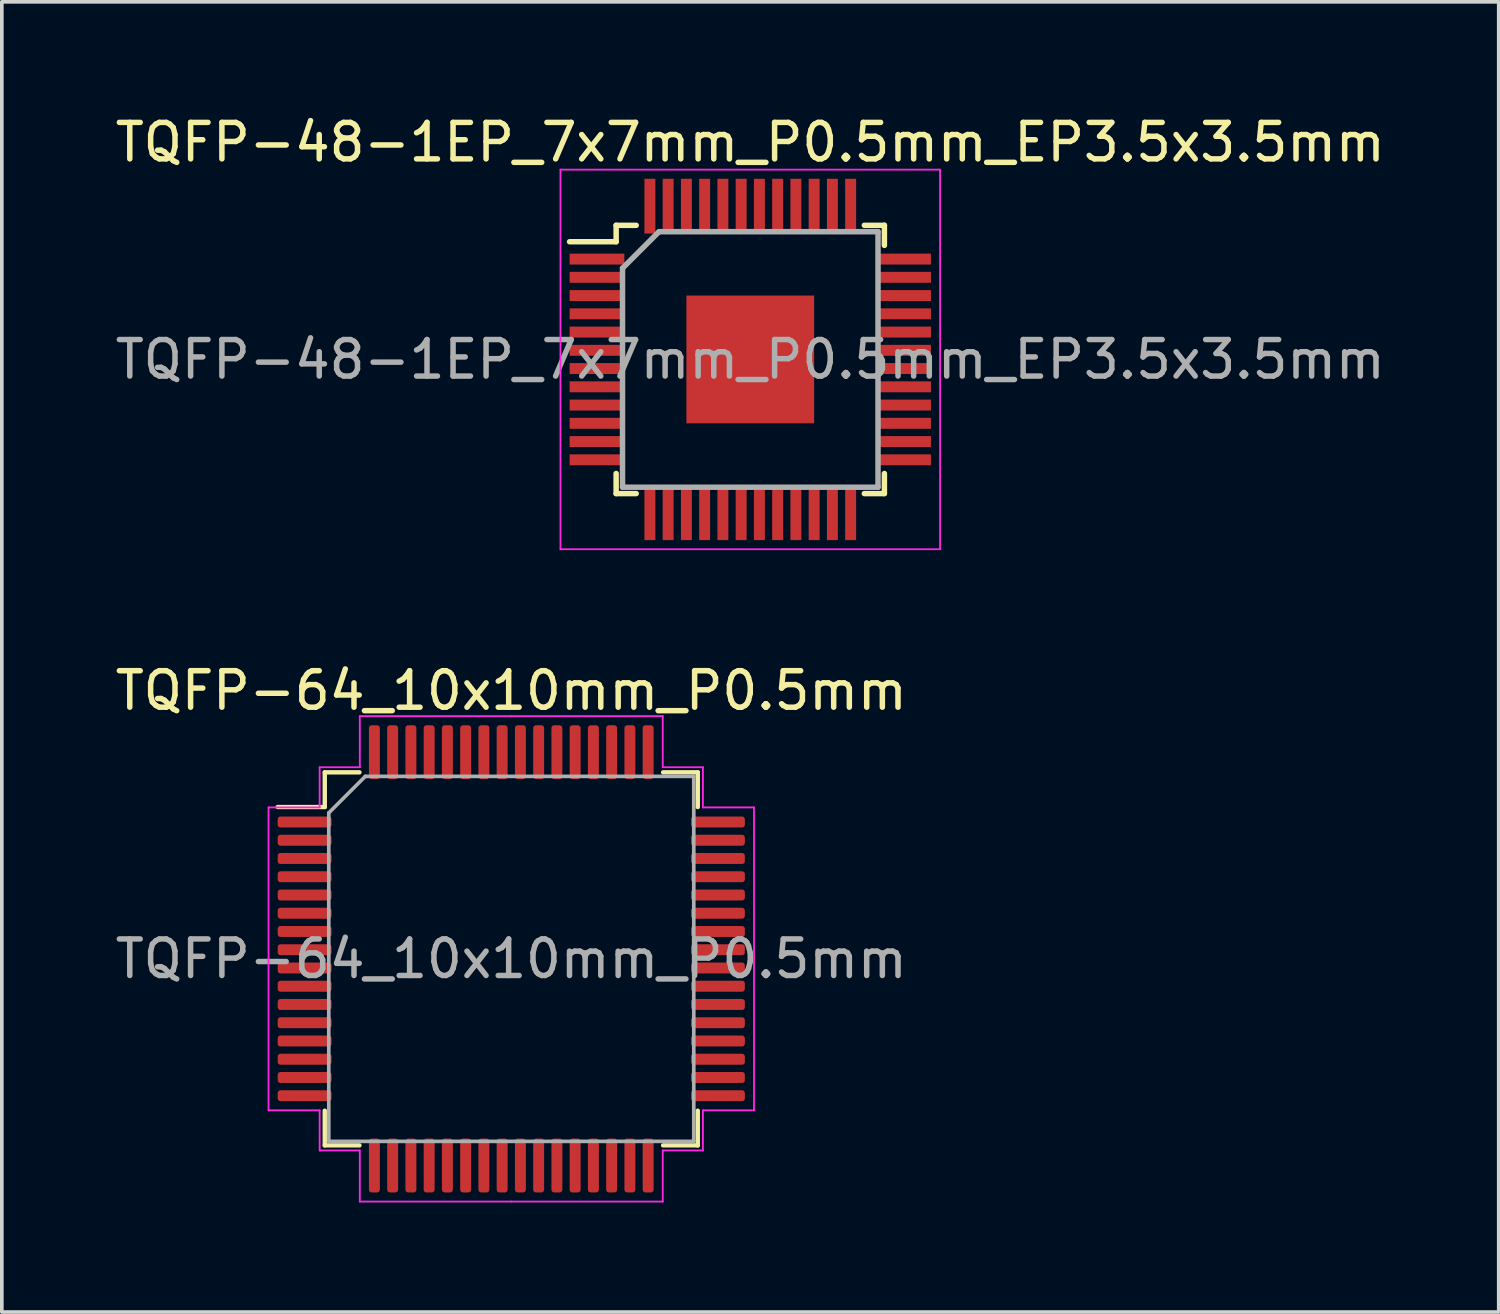
<source format=kicad_pcb>
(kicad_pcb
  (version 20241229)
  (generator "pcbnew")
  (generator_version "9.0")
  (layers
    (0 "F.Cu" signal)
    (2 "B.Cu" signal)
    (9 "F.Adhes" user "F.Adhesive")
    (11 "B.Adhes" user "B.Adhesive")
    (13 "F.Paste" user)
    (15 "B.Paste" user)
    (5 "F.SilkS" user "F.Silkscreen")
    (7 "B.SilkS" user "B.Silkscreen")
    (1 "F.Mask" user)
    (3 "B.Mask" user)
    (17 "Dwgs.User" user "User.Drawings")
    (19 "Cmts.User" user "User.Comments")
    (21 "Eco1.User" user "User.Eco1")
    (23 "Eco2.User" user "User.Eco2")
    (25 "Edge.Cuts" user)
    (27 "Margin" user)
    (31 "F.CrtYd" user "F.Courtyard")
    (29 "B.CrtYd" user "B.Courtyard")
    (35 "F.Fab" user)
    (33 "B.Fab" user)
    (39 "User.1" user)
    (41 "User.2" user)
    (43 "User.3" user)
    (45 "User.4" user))
  (footprint "TQFP-64_10x10mm_P0.5mm"
    (layer "F.Cu")
    (at 10.958 23.221)
    (property "Reference" "TQFP-64_10x10mm_P0.5mm" (at 0 -7.35 0) (layer "F.SilkS") (effects (font (size 1 1) (thickness 0.15))))
    (attr smd)
    (fp_line (start -5.11 -5.11) (end -5.11 -4.16) (stroke (width 0.12) (type solid)) (layer "F.SilkS"))
    (fp_line (start -5.11 -4.16) (end -6.4 -4.16) (stroke (width 0.12) (type solid)) (layer "F.SilkS"))
    (fp_line (start -5.11 5.11) (end -5.11 4.16) (stroke (width 0.12) (type solid)) (layer "F.SilkS"))
    (fp_line (start -4.16 -5.11) (end -5.11 -5.11) (stroke (width 0.12) (type solid)) (layer "F.SilkS"))
    (fp_line (start -4.16 5.11) (end -5.11 5.11) (stroke (width 0.12) (type solid)) (layer "F.SilkS"))
    (fp_line (start 4.16 -5.11) (end 5.11 -5.11) (stroke (width 0.12) (type solid)) (layer "F.SilkS"))
    (fp_line (start 4.16 5.11) (end 5.11 5.11) (stroke (width 0.12) (type solid)) (layer "F.SilkS"))
    (fp_line (start 5.11 -5.11) (end 5.11 -4.16) (stroke (width 0.12) (type solid)) (layer "F.SilkS"))
    (fp_line (start 5.11 5.11) (end 5.11 4.16) (stroke (width 0.12) (type solid)) (layer "F.SilkS"))
    (fp_line (start -6.65 -4.15) (end -6.65 0) (stroke (width 0.05) (type solid)) (layer "F.CrtYd"))
    (fp_line (start -6.65 4.15) (end -6.65 0) (stroke (width 0.05) (type solid)) (layer "F.CrtYd"))
    (fp_line (start -5.25 -5.25) (end -5.25 -4.15) (stroke (width 0.05) (type solid)) (layer "F.CrtYd"))
    (fp_line (start -5.25 -4.15) (end -6.65 -4.15) (stroke (width 0.05) (type solid)) (layer "F.CrtYd"))
    (fp_line (start -5.25 4.15) (end -6.65 4.15) (stroke (width 0.05) (type solid)) (layer "F.CrtYd"))
    (fp_line (start -5.25 5.25) (end -5.25 4.15) (stroke (width 0.05) (type solid)) (layer "F.CrtYd"))
    (fp_line (start -4.15 -6.65) (end -4.15 -5.25) (stroke (width 0.05) (type solid)) (layer "F.CrtYd"))
    (fp_line (start -4.15 -5.25) (end -5.25 -5.25) (stroke (width 0.05) (type solid)) (layer "F.CrtYd"))
    (fp_line (start -4.15 5.25) (end -5.25 5.25) (stroke (width 0.05) (type solid)) (layer "F.CrtYd"))
    (fp_line (start -4.15 6.65) (end -4.15 5.25) (stroke (width 0.05) (type solid)) (layer "F.CrtYd"))
    (fp_line (start 0 -6.65) (end -4.15 -6.65) (stroke (width 0.05) (type solid)) (layer "F.CrtYd"))
    (fp_line (start 0 -6.65) (end 4.15 -6.65) (stroke (width 0.05) (type solid)) (layer "F.CrtYd"))
    (fp_line (start 0 6.65) (end -4.15 6.65) (stroke (width 0.05) (type solid)) (layer "F.CrtYd"))
    (fp_line (start 0 6.65) (end 4.15 6.65) (stroke (width 0.05) (type solid)) (layer "F.CrtYd"))
    (fp_line (start 4.15 -6.65) (end 4.15 -5.25) (stroke (width 0.05) (type solid)) (layer "F.CrtYd"))
    (fp_line (start 4.15 -5.25) (end 5.25 -5.25) (stroke (width 0.05) (type solid)) (layer "F.CrtYd"))
    (fp_line (start 4.15 5.25) (end 5.25 5.25) (stroke (width 0.05) (type solid)) (layer "F.CrtYd"))
    (fp_line (start 4.15 6.65) (end 4.15 5.25) (stroke (width 0.05) (type solid)) (layer "F.CrtYd"))
    (fp_line (start 5.25 -5.25) (end 5.25 -4.15) (stroke (width 0.05) (type solid)) (layer "F.CrtYd"))
    (fp_line (start 5.25 -4.15) (end 6.65 -4.15) (stroke (width 0.05) (type solid)) (layer "F.CrtYd"))
    (fp_line (start 5.25 4.15) (end 6.65 4.15) (stroke (width 0.05) (type solid)) (layer "F.CrtYd"))
    (fp_line (start 5.25 5.25) (end 5.25 4.15) (stroke (width 0.05) (type solid)) (layer "F.CrtYd"))
    (fp_line (start 6.65 -4.15) (end 6.65 0) (stroke (width 0.05) (type solid)) (layer "F.CrtYd"))
    (fp_line (start 6.65 4.15) (end 6.65 0) (stroke (width 0.05) (type solid)) (layer "F.CrtYd"))
    (fp_line (start -5 -4) (end -4 -5) (stroke (width 0.1) (type solid)) (layer "F.Fab"))
    (fp_line (start -5 5) (end -5 -4) (stroke (width 0.1) (type solid)) (layer "F.Fab"))
    (fp_line (start -4 -5) (end 5 -5) (stroke (width 0.1) (type solid)) (layer "F.Fab"))
    (fp_line (start 5 -5) (end 5 5) (stroke (width 0.1) (type solid)) (layer "F.Fab"))
    (fp_line (start 5 5) (end -5 5) (stroke (width 0.1) (type solid)) (layer "F.Fab"))
    (fp_text user "${REFERENCE}" (at 0 0 0) (layer "F.Fab") (effects (font (size 1 1) (thickness 0.15))))
    (pad "1" smd roundrect (at -5.662 -3.75) (size 1.475 0.3) (layers "F.Cu" "F.Mask" "F.Paste") (roundrect_rratio 0.25))
    (pad "2" smd roundrect (at -5.662 -3.25) (size 1.475 0.3) (layers "F.Cu" "F.Mask" "F.Paste") (roundrect_rratio 0.25))
    (pad "3" smd roundrect (at -5.662 -2.75) (size 1.475 0.3) (layers "F.Cu" "F.Mask" "F.Paste") (roundrect_rratio 0.25))
    (pad "4" smd roundrect (at -5.662 -2.25) (size 1.475 0.3) (layers "F.Cu" "F.Mask" "F.Paste") (roundrect_rratio 0.25))
    (pad "5" smd roundrect (at -5.662 -1.75) (size 1.475 0.3) (layers "F.Cu" "F.Mask" "F.Paste") (roundrect_rratio 0.25))
    (pad "6" smd roundrect (at -5.662 -1.25) (size 1.475 0.3) (layers "F.Cu" "F.Mask" "F.Paste") (roundrect_rratio 0.25))
    (pad "7" smd roundrect (at -5.662 -0.75) (size 1.475 0.3) (layers "F.Cu" "F.Mask" "F.Paste") (roundrect_rratio 0.25))
    (pad "8" smd roundrect (at -5.662 -0.25) (size 1.475 0.3) (layers "F.Cu" "F.Mask" "F.Paste") (roundrect_rratio 0.25))
    (pad "9" smd roundrect (at -5.662 0.25) (size 1.475 0.3) (layers "F.Cu" "F.Mask" "F.Paste") (roundrect_rratio 0.25))
    (pad "10" smd roundrect (at -5.662 0.75) (size 1.475 0.3) (layers "F.Cu" "F.Mask" "F.Paste") (roundrect_rratio 0.25))
    (pad "11" smd roundrect (at -5.662 1.25) (size 1.475 0.3) (layers "F.Cu" "F.Mask" "F.Paste") (roundrect_rratio 0.25))
    (pad "12" smd roundrect (at -5.662 1.75) (size 1.475 0.3) (layers "F.Cu" "F.Mask" "F.Paste") (roundrect_rratio 0.25))
    (pad "13" smd roundrect (at -5.662 2.25) (size 1.475 0.3) (layers "F.Cu" "F.Mask" "F.Paste") (roundrect_rratio 0.25))
    (pad "14" smd roundrect (at -5.662 2.75) (size 1.475 0.3) (layers "F.Cu" "F.Mask" "F.Paste") (roundrect_rratio 0.25))
    (pad "15" smd roundrect (at -5.662 3.25) (size 1.475 0.3) (layers "F.Cu" "F.Mask" "F.Paste") (roundrect_rratio 0.25))
    (pad "16" smd roundrect (at -5.662 3.75) (size 1.475 0.3) (layers "F.Cu" "F.Mask" "F.Paste") (roundrect_rratio 0.25))
    (pad "17" smd roundrect (at -3.75 5.662) (size 0.3 1.475) (layers "F.Cu" "F.Mask" "F.Paste") (roundrect_rratio 0.25))
    (pad "18" smd roundrect (at -3.25 5.662) (size 0.3 1.475) (layers "F.Cu" "F.Mask" "F.Paste") (roundrect_rratio 0.25))
    (pad "19" smd roundrect (at -2.75 5.662) (size 0.3 1.475) (layers "F.Cu" "F.Mask" "F.Paste") (roundrect_rratio 0.25))
    (pad "20" smd roundrect (at -2.25 5.662) (size 0.3 1.475) (layers "F.Cu" "F.Mask" "F.Paste") (roundrect_rratio 0.25))
    (pad "21" smd roundrect (at -1.75 5.662) (size 0.3 1.475) (layers "F.Cu" "F.Mask" "F.Paste") (roundrect_rratio 0.25))
    (pad "22" smd roundrect (at -1.25 5.662) (size 0.3 1.475) (layers "F.Cu" "F.Mask" "F.Paste") (roundrect_rratio 0.25))
    (pad "23" smd roundrect (at -0.75 5.662) (size 0.3 1.475) (layers "F.Cu" "F.Mask" "F.Paste") (roundrect_rratio 0.25))
    (pad "24" smd roundrect (at -0.25 5.662) (size 0.3 1.475) (layers "F.Cu" "F.Mask" "F.Paste") (roundrect_rratio 0.25))
    (pad "25" smd roundrect (at 0.25 5.662) (size 0.3 1.475) (layers "F.Cu" "F.Mask" "F.Paste") (roundrect_rratio 0.25))
    (pad "26" smd roundrect (at 0.75 5.662) (size 0.3 1.475) (layers "F.Cu" "F.Mask" "F.Paste") (roundrect_rratio 0.25))
    (pad "27" smd roundrect (at 1.25 5.662) (size 0.3 1.475) (layers "F.Cu" "F.Mask" "F.Paste") (roundrect_rratio 0.25))
    (pad "28" smd roundrect (at 1.75 5.662) (size 0.3 1.475) (layers "F.Cu" "F.Mask" "F.Paste") (roundrect_rratio 0.25))
    (pad "29" smd roundrect (at 2.25 5.662) (size 0.3 1.475) (layers "F.Cu" "F.Mask" "F.Paste") (roundrect_rratio 0.25))
    (pad "30" smd roundrect (at 2.75 5.662) (size 0.3 1.475) (layers "F.Cu" "F.Mask" "F.Paste") (roundrect_rratio 0.25))
    (pad "31" smd roundrect (at 3.25 5.662) (size 0.3 1.475) (layers "F.Cu" "F.Mask" "F.Paste") (roundrect_rratio 0.25))
    (pad "32" smd roundrect (at 3.75 5.662) (size 0.3 1.475) (layers "F.Cu" "F.Mask" "F.Paste") (roundrect_rratio 0.25))
    (pad "33" smd roundrect (at 5.662 3.75) (size 1.475 0.3) (layers "F.Cu" "F.Mask" "F.Paste") (roundrect_rratio 0.25))
    (pad "34" smd roundrect (at 5.662 3.25) (size 1.475 0.3) (layers "F.Cu" "F.Mask" "F.Paste") (roundrect_rratio 0.25))
    (pad "35" smd roundrect (at 5.662 2.75) (size 1.475 0.3) (layers "F.Cu" "F.Mask" "F.Paste") (roundrect_rratio 0.25))
    (pad "36" smd roundrect (at 5.662 2.25) (size 1.475 0.3) (layers "F.Cu" "F.Mask" "F.Paste") (roundrect_rratio 0.25))
    (pad "37" smd roundrect (at 5.662 1.75) (size 1.475 0.3) (layers "F.Cu" "F.Mask" "F.Paste") (roundrect_rratio 0.25))
    (pad "38" smd roundrect (at 5.662 1.25) (size 1.475 0.3) (layers "F.Cu" "F.Mask" "F.Paste") (roundrect_rratio 0.25))
    (pad "39" smd roundrect (at 5.662 0.75) (size 1.475 0.3) (layers "F.Cu" "F.Mask" "F.Paste") (roundrect_rratio 0.25))
    (pad "40" smd roundrect (at 5.662 0.25) (size 1.475 0.3) (layers "F.Cu" "F.Mask" "F.Paste") (roundrect_rratio 0.25))
    (pad "41" smd roundrect (at 5.662 -0.25) (size 1.475 0.3) (layers "F.Cu" "F.Mask" "F.Paste") (roundrect_rratio 0.25))
    (pad "42" smd roundrect (at 5.662 -0.75) (size 1.475 0.3) (layers "F.Cu" "F.Mask" "F.Paste") (roundrect_rratio 0.25))
    (pad "43" smd roundrect (at 5.662 -1.25) (size 1.475 0.3) (layers "F.Cu" "F.Mask" "F.Paste") (roundrect_rratio 0.25))
    (pad "44" smd roundrect (at 5.662 -1.75) (size 1.475 0.3) (layers "F.Cu" "F.Mask" "F.Paste") (roundrect_rratio 0.25))
    (pad "45" smd roundrect (at 5.662 -2.25) (size 1.475 0.3) (layers "F.Cu" "F.Mask" "F.Paste") (roundrect_rratio 0.25))
    (pad "46" smd roundrect (at 5.662 -2.75) (size 1.475 0.3) (layers "F.Cu" "F.Mask" "F.Paste") (roundrect_rratio 0.25))
    (pad "47" smd roundrect (at 5.662 -3.25) (size 1.475 0.3) (layers "F.Cu" "F.Mask" "F.Paste") (roundrect_rratio 0.25))
    (pad "48" smd roundrect (at 5.662 -3.75) (size 1.475 0.3) (layers "F.Cu" "F.Mask" "F.Paste") (roundrect_rratio 0.25))
    (pad "49" smd roundrect (at 3.75 -5.662) (size 0.3 1.475) (layers "F.Cu" "F.Mask" "F.Paste") (roundrect_rratio 0.25))
    (pad "50" smd roundrect (at 3.25 -5.662) (size 0.3 1.475) (layers "F.Cu" "F.Mask" "F.Paste") (roundrect_rratio 0.25))
    (pad "51" smd roundrect (at 2.75 -5.662) (size 0.3 1.475) (layers "F.Cu" "F.Mask" "F.Paste") (roundrect_rratio 0.25))
    (pad "52" smd roundrect (at 2.25 -5.662) (size 0.3 1.475) (layers "F.Cu" "F.Mask" "F.Paste") (roundrect_rratio 0.25))
    (pad "53" smd roundrect (at 1.75 -5.662) (size 0.3 1.475) (layers "F.Cu" "F.Mask" "F.Paste") (roundrect_rratio 0.25))
    (pad "54" smd roundrect (at 1.25 -5.662) (size 0.3 1.475) (layers "F.Cu" "F.Mask" "F.Paste") (roundrect_rratio 0.25))
    (pad "55" smd roundrect (at 0.75 -5.662) (size 0.3 1.475) (layers "F.Cu" "F.Mask" "F.Paste") (roundrect_rratio 0.25))
    (pad "56" smd roundrect (at 0.25 -5.662) (size 0.3 1.475) (layers "F.Cu" "F.Mask" "F.Paste") (roundrect_rratio 0.25))
    (pad "57" smd roundrect (at -0.25 -5.662) (size 0.3 1.475) (layers "F.Cu" "F.Mask" "F.Paste") (roundrect_rratio 0.25))
    (pad "58" smd roundrect (at -0.75 -5.662) (size 0.3 1.475) (layers "F.Cu" "F.Mask" "F.Paste") (roundrect_rratio 0.25))
    (pad "59" smd roundrect (at -1.25 -5.662) (size 0.3 1.475) (layers "F.Cu" "F.Mask" "F.Paste") (roundrect_rratio 0.25))
    (pad "60" smd roundrect (at -1.75 -5.662) (size 0.3 1.475) (layers "F.Cu" "F.Mask" "F.Paste") (roundrect_rratio 0.25))
    (pad "61" smd roundrect (at -2.25 -5.662) (size 0.3 1.475) (layers "F.Cu" "F.Mask" "F.Paste") (roundrect_rratio 0.25))
    (pad "62" smd roundrect (at -2.75 -5.662) (size 0.3 1.475) (layers "F.Cu" "F.Mask" "F.Paste") (roundrect_rratio 0.25))
    (pad "63" smd roundrect (at -3.25 -5.662) (size 0.3 1.475) (layers "F.Cu" "F.Mask" "F.Paste") (roundrect_rratio 0.25))
    (pad "64" smd roundrect (at -3.75 -5.662) (size 0.3 1.475) (layers "F.Cu" "F.Mask" "F.Paste") (roundrect_rratio 0.25)))
  (footprint "TQFP-48-1EP_7x7mm_P0.5mm_EP3.5x3.5mm"
    (layer "F.Cu")
    (at 17.506 6.798)
    (property "Reference" "TQFP-48-1EP_7x7mm_P0.5mm_EP3.5x3.5mm" (at 0 -5.95 0) (layer "F.SilkS") (effects (font (size 1 1) (thickness 0.15))))
    (attr smd)
    (fp_line (start -3.675 -3.675) (end -3.675 -3.225) (stroke (width 0.15) (type solid)) (layer "F.SilkS"))
    (fp_line (start -3.675 -3.675) (end -3.125 -3.675) (stroke (width 0.15) (type solid)) (layer "F.SilkS"))
    (fp_line (start -3.675 -3.225) (end -4.95 -3.225) (stroke (width 0.15) (type solid)) (layer "F.SilkS"))
    (fp_line (start -3.675 3.675) (end -3.675 3.125) (stroke (width 0.15) (type solid)) (layer "F.SilkS"))
    (fp_line (start -3.675 3.675) (end -3.125 3.675) (stroke (width 0.15) (type solid)) (layer "F.SilkS"))
    (fp_line (start 3.675 -3.675) (end 3.125 -3.675) (stroke (width 0.15) (type solid)) (layer "F.SilkS"))
    (fp_line (start 3.675 -3.675) (end 3.675 -3.125) (stroke (width 0.15) (type solid)) (layer "F.SilkS"))
    (fp_line (start 3.675 3.675) (end 3.125 3.675) (stroke (width 0.15) (type solid)) (layer "F.SilkS"))
    (fp_line (start 3.675 3.675) (end 3.675 3.125) (stroke (width 0.15) (type solid)) (layer "F.SilkS"))
    (fp_line (start -5.2 -5.2) (end -5.2 5.2) (stroke (width 0.05) (type solid)) (layer "F.CrtYd"))
    (fp_line (start -5.2 -5.2) (end 5.2 -5.2) (stroke (width 0.05) (type solid)) (layer "F.CrtYd"))
    (fp_line (start -5.2 5.2) (end 5.2 5.2) (stroke (width 0.05) (type solid)) (layer "F.CrtYd"))
    (fp_line (start 5.2 -5.2) (end 5.2 5.2) (stroke (width 0.05) (type solid)) (layer "F.CrtYd"))
    (fp_line (start -3.5 -2.5) (end -2.5 -3.5) (stroke (width 0.15) (type solid)) (layer "F.Fab"))
    (fp_line (start -3.5 3.5) (end -3.5 -2.5) (stroke (width 0.15) (type solid)) (layer "F.Fab"))
    (fp_line (start -2.5 -3.5) (end 3.5 -3.5) (stroke (width 0.15) (type solid)) (layer "F.Fab"))
    (fp_line (start 3.5 -3.5) (end 3.5 3.5) (stroke (width 0.15) (type solid)) (layer "F.Fab"))
    (fp_line (start 3.5 3.5) (end -3.5 3.5) (stroke (width 0.15) (type solid)) (layer "F.Fab"))
    (fp_text user "${REFERENCE}" (at 0 0 0) (layer "F.Fab") (effects (font (size 1 1) (thickness 0.15))))
    (pad "" smd rect (at -0.875 -0.875) (size 1.35 1.35) (layers "F.Paste"))
    (pad "" smd rect (at -0.875 0.875) (size 1.35 1.35) (layers "F.Paste"))
    (pad "" smd rect (at 0.875 -0.875) (size 1.35 1.35) (layers "F.Paste"))
    (pad "" smd rect (at 0.875 0.875) (size 1.35 1.35) (layers "F.Paste"))
    (pad "1" smd rect (at -4.2 -2.75) (size 1.5 0.3) (layers "F.Cu" "F.Mask" "F.Paste"))
    (pad "2" smd rect (at -4.2 -2.25) (size 1.5 0.3) (layers "F.Cu" "F.Mask" "F.Paste"))
    (pad "3" smd rect (at -4.2 -1.75) (size 1.5 0.3) (layers "F.Cu" "F.Mask" "F.Paste"))
    (pad "4" smd rect (at -4.2 -1.25) (size 1.5 0.3) (layers "F.Cu" "F.Mask" "F.Paste"))
    (pad "5" smd rect (at -4.2 -0.75) (size 1.5 0.3) (layers "F.Cu" "F.Mask" "F.Paste"))
    (pad "6" smd rect (at -4.2 -0.25) (size 1.5 0.3) (layers "F.Cu" "F.Mask" "F.Paste"))
    (pad "7" smd rect (at -4.2 0.25) (size 1.5 0.3) (layers "F.Cu" "F.Mask" "F.Paste"))
    (pad "8" smd rect (at -4.2 0.75) (size 1.5 0.3) (layers "F.Cu" "F.Mask" "F.Paste"))
    (pad "9" smd rect (at -4.2 1.25) (size 1.5 0.3) (layers "F.Cu" "F.Mask" "F.Paste"))
    (pad "10" smd rect (at -4.2 1.75) (size 1.5 0.3) (layers "F.Cu" "F.Mask" "F.Paste"))
    (pad "11" smd rect (at -4.2 2.25) (size 1.5 0.3) (layers "F.Cu" "F.Mask" "F.Paste"))
    (pad "12" smd rect (at -4.2 2.75) (size 1.5 0.3) (layers "F.Cu" "F.Mask" "F.Paste"))
    (pad "13" smd rect (at -2.75 4.2 90) (size 1.5 0.3) (layers "F.Cu" "F.Mask" "F.Paste"))
    (pad "14" smd rect (at -2.25 4.2 90) (size 1.5 0.3) (layers "F.Cu" "F.Mask" "F.Paste"))
    (pad "15" smd rect (at -1.75 4.2 90) (size 1.5 0.3) (layers "F.Cu" "F.Mask" "F.Paste"))
    (pad "16" smd rect (at -1.25 4.2 90) (size 1.5 0.3) (layers "F.Cu" "F.Mask" "F.Paste"))
    (pad "17" smd rect (at -0.75 4.2 90) (size 1.5 0.3) (layers "F.Cu" "F.Mask" "F.Paste"))
    (pad "18" smd rect (at -0.25 4.2 90) (size 1.5 0.3) (layers "F.Cu" "F.Mask" "F.Paste"))
    (pad "19" smd rect (at 0.25 4.2 90) (size 1.5 0.3) (layers "F.Cu" "F.Mask" "F.Paste"))
    (pad "20" smd rect (at 0.75 4.2 90) (size 1.5 0.3) (layers "F.Cu" "F.Mask" "F.Paste"))
    (pad "21" smd rect (at 1.25 4.2 90) (size 1.5 0.3) (layers "F.Cu" "F.Mask" "F.Paste"))
    (pad "22" smd rect (at 1.75 4.2 90) (size 1.5 0.3) (layers "F.Cu" "F.Mask" "F.Paste"))
    (pad "23" smd rect (at 2.25 4.2 90) (size 1.5 0.3) (layers "F.Cu" "F.Mask" "F.Paste"))
    (pad "24" smd rect (at 2.75 4.2 90) (size 1.5 0.3) (layers "F.Cu" "F.Mask" "F.Paste"))
    (pad "25" smd rect (at 4.2 2.75) (size 1.5 0.3) (layers "F.Cu" "F.Mask" "F.Paste"))
    (pad "26" smd rect (at 4.2 2.25) (size 1.5 0.3) (layers "F.Cu" "F.Mask" "F.Paste"))
    (pad "27" smd rect (at 4.2 1.75) (size 1.5 0.3) (layers "F.Cu" "F.Mask" "F.Paste"))
    (pad "28" smd rect (at 4.2 1.25) (size 1.5 0.3) (layers "F.Cu" "F.Mask" "F.Paste"))
    (pad "29" smd rect (at 4.2 0.75) (size 1.5 0.3) (layers "F.Cu" "F.Mask" "F.Paste"))
    (pad "30" smd rect (at 4.2 0.25) (size 1.5 0.3) (layers "F.Cu" "F.Mask" "F.Paste"))
    (pad "31" smd rect (at 4.2 -0.25) (size 1.5 0.3) (layers "F.Cu" "F.Mask" "F.Paste"))
    (pad "32" smd rect (at 4.2 -0.75) (size 1.5 0.3) (layers "F.Cu" "F.Mask" "F.Paste"))
    (pad "33" smd rect (at 4.2 -1.25) (size 1.5 0.3) (layers "F.Cu" "F.Mask" "F.Paste"))
    (pad "34" smd rect (at 4.2 -1.75) (size 1.5 0.3) (layers "F.Cu" "F.Mask" "F.Paste"))
    (pad "35" smd rect (at 4.2 -2.25) (size 1.5 0.3) (layers "F.Cu" "F.Mask" "F.Paste"))
    (pad "36" smd rect (at 4.2 -2.75) (size 1.5 0.3) (layers "F.Cu" "F.Mask" "F.Paste"))
    (pad "37" smd rect (at 2.75 -4.2 90) (size 1.5 0.3) (layers "F.Cu" "F.Mask" "F.Paste"))
    (pad "38" smd rect (at 2.25 -4.2 90) (size 1.5 0.3) (layers "F.Cu" "F.Mask" "F.Paste"))
    (pad "39" smd rect (at 1.75 -4.2 90) (size 1.5 0.3) (layers "F.Cu" "F.Mask" "F.Paste"))
    (pad "40" smd rect (at 1.25 -4.2 90) (size 1.5 0.3) (layers "F.Cu" "F.Mask" "F.Paste"))
    (pad "41" smd rect (at 0.75 -4.2 90) (size 1.5 0.3) (layers "F.Cu" "F.Mask" "F.Paste"))
    (pad "42" smd rect (at 0.25 -4.2 90) (size 1.5 0.3) (layers "F.Cu" "F.Mask" "F.Paste"))
    (pad "43" smd rect (at -0.25 -4.2 90) (size 1.5 0.3) (layers "F.Cu" "F.Mask" "F.Paste"))
    (pad "44" smd rect (at -0.75 -4.2 90) (size 1.5 0.3) (layers "F.Cu" "F.Mask" "F.Paste"))
    (pad "45" smd rect (at -1.25 -4.2 90) (size 1.5 0.3) (layers "F.Cu" "F.Mask" "F.Paste"))
    (pad "46" smd rect (at -1.75 -4.2 90) (size 1.5 0.3) (layers "F.Cu" "F.Mask" "F.Paste"))
    (pad "47" smd rect (at -2.25 -4.2 90) (size 1.5 0.3) (layers "F.Cu" "F.Mask" "F.Paste"))
    (pad "48" smd rect (at -2.75 -4.2 90) (size 1.5 0.3) (layers "F.Cu" "F.Mask" "F.Paste"))
    (pad "49" smd rect (at 0 0) (size 3.5 3.5) (layers "F.Cu" "F.Mask")))
  (gr_rect
    (start -3 -3)
    (end 38.012 32.897)
    (stroke (width 0.1) (type default))
    (fill no)
    (layer "Edge.Cuts")))
</source>
